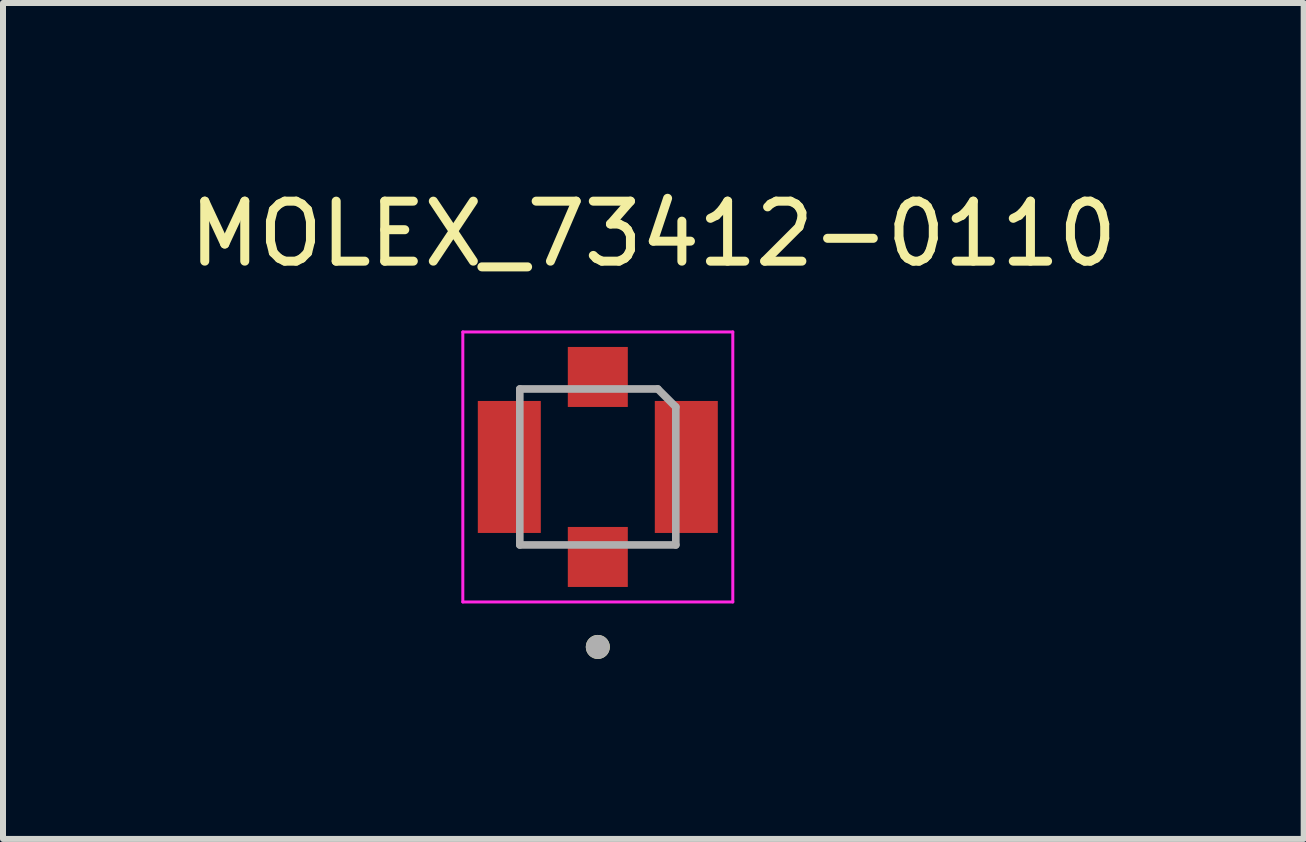
<source format=kicad_pcb>
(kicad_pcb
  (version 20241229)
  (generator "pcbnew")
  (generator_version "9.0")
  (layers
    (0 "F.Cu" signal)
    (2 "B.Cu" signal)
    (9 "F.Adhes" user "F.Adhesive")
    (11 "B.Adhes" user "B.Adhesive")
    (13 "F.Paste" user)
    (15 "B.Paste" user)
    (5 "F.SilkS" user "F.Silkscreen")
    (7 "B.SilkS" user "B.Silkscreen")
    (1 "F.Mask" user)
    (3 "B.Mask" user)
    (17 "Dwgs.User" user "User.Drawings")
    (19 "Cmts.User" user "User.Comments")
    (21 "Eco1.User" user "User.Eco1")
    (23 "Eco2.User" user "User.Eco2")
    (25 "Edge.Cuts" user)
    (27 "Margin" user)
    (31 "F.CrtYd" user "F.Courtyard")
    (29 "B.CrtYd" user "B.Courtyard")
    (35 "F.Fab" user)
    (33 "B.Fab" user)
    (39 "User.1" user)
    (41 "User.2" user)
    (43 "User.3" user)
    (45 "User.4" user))
  (footprint "MOLEX_73412-0110"
    (layer "F.Cu")
    (at 6.914 4.733)
    (property "Reference" "MOLEX_73412-0110" (at 0.925 -3.885 0) (layer "F.SilkS") (effects (font (size 1 1) (thickness 0.15))))
    (attr smd)
    (fp_circle (center 0 3) (end 0.1 3) (stroke (width 0.2) (type solid)) (fill no) (layer "F.SilkS"))
    (fp_line (start -2.25 -2.25) (end -2.25 2.25) (stroke (width 0.05) (type solid)) (layer "F.CrtYd"))
    (fp_line (start -2.25 2.25) (end 2.25 2.25) (stroke (width 0.05) (type solid)) (layer "F.CrtYd"))
    (fp_line (start 2.25 -2.25) (end -2.25 -2.25) (stroke (width 0.05) (type solid)) (layer "F.CrtYd"))
    (fp_line (start 2.25 2.25) (end 2.25 -2.25) (stroke (width 0.05) (type solid)) (layer "F.CrtYd"))
    (fp_line (start -1.3 -1.3) (end -1.3 1.3) (stroke (width 0.127) (type solid)) (layer "F.Fab"))
    (fp_line (start -1.3 1.3) (end 1.3 1.3) (stroke (width 0.127) (type solid)) (layer "F.Fab"))
    (fp_line (start 1 -1.3) (end -1.3 -1.3) (stroke (width 0.127) (type solid)) (layer "F.Fab"))
    (fp_line (start 1.3 -1) (end 1 -1.3) (stroke (width 0.127) (type solid)) (layer "F.Fab"))
    (fp_line (start 1.3 1.3) (end 1.3 -1) (stroke (width 0.127) (type solid)) (layer "F.Fab"))
    (fp_circle (center 0 3) (end 0.1 3) (stroke (width 0.2) (type solid)) (fill no) (layer "F.Fab"))
    (pad "1" smd rect (at 0 1.5) (size 1 1) (layers "F.Cu" "F.Mask" "F.Paste"))
    (pad "2" smd rect (at -1.475 0) (size 1.05 2.2) (layers "F.Cu" "F.Mask" "F.Paste"))
    (pad "3" smd rect (at 0 -1.5) (size 1 1) (layers "F.Cu" "F.Mask" "F.Paste"))
    (pad "4" smd rect (at 1.475 0) (size 1.05 2.2) (layers "F.Cu" "F.Mask" "F.Paste")))
  (gr_rect
    (start -3 -3)
    (end 18.679 10.933)
    (stroke (width 0.1) (type default))
    (fill no)
    (layer "Edge.Cuts")))
</source>
